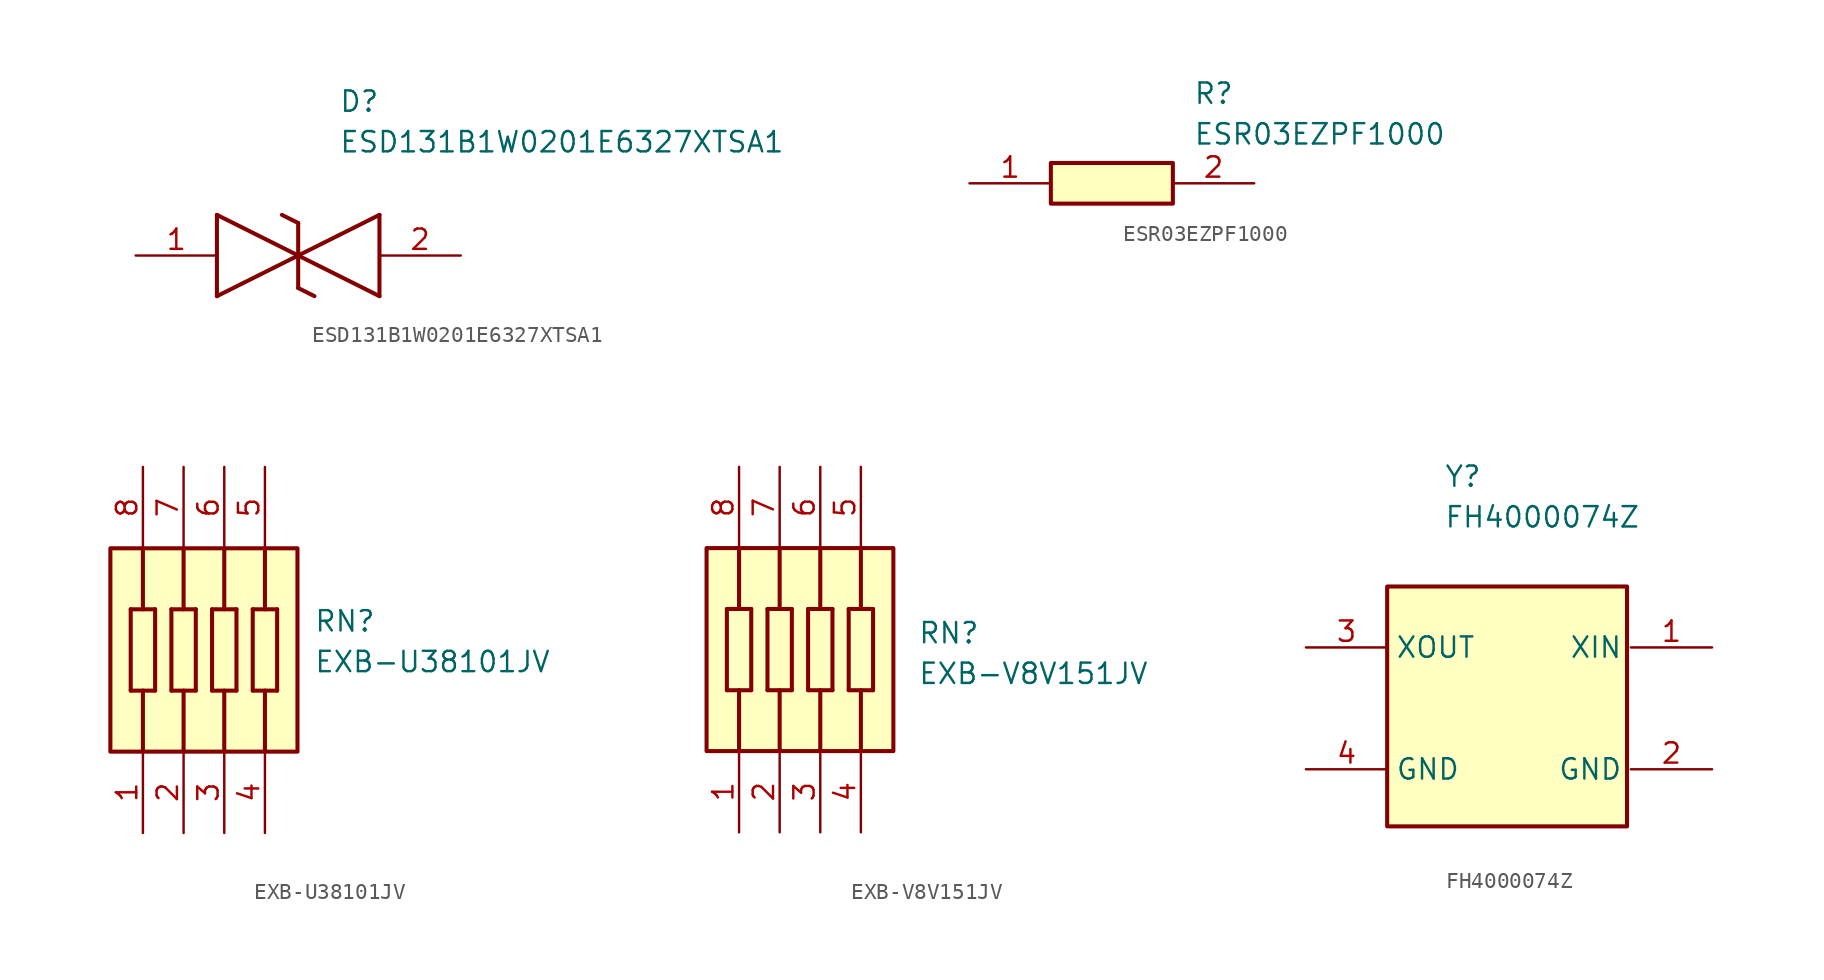
<source format=kicad_sym>
(kicad_symbol_lib
  (version 20241209)
  (generator "kicad_symbol_editor")
  (generator_version "9.0")
  (symbol "ESD131B1W0201E6327XTSA1"
    (pin_names
      (hide yes))
    (property "Reference" "D"
      (at 12.7 8.89 0)
      (effects (font (size 1.27 1.27)) (justify left bottom)))
    (property "Value" "ESD131B1W0201E6327XTSA1"
      (at 12.7 6.35 0)
      (effects (font (size 1.27 1.27)) (justify left bottom)))
    (symbol "ESD131B1W0201E6327XTSA1_1_1"
      (polyline (pts (xy 5.08 2.54) (xy 5.08 -2.54)) (stroke (width 0.254) (type default)) (fill (type none)))
      (polyline (pts (xy 5.08 2.54) (xy 10.16 0)) (stroke (width 0.254) (type default)) (fill (type none)))
      (polyline (pts (xy 9.144 2.54) (xy 10.16 2.032)) (stroke (width 0.254) (type default)) (fill (type none)))
      (polyline (pts (xy 10.16 0) (xy 5.08 -2.54)) (stroke (width 0.254) (type default)) (fill (type none)))
      (polyline (pts (xy 10.16 0) (xy 15.24 -2.54)) (stroke (width 0.254) (type default)) (fill (type none)))
      (polyline (pts (xy 10.16 -2.032) (xy 10.16 2.032)) (stroke (width 0.254) (type default)) (fill (type none)))
      (polyline (pts (xy 10.16 -2.032) (xy 11.176 -2.54)) (stroke (width 0.254) (type default)) (fill (type none)))
      (polyline (pts (xy 15.24 2.54) (xy 10.16 0)) (stroke (width 0.254) (type default)) (fill (type none)))
      (polyline (pts (xy 15.24 2.54) (xy 15.24 -2.54)) (stroke (width 0.254) (type default)) (fill (type none)))
      (pin passive line (at 0 0 0) (length 5.08) (name "1" (effects (font (size 1.27 1.27)))) (number "1" (effects (font (size 1.27 1.27)))))
      (pin passive line (at 20.32 0 180) (length 5.08) (name "2" (effects (font (size 1.27 1.27)))) (number "2" (effects (font (size 1.27 1.27)))))))
  (symbol "ESR03EZPF1000"
    (pin_names
      (hide yes))
    (property "Reference" "R"
      (at 13.97 6.35 0)
      (effects (font (size 1.27 1.27)) (justify left top)))
    (property "Value" "ESR03EZPF1000"
      (at 13.97 3.81 0)
      (effects (font (size 1.27 1.27)) (justify left top)))
    (symbol "ESR03EZPF1000_1_1"
      (rectangle (start 5.08 1.27) (end 12.7 -1.27) (stroke (width 0.254) (type default)) (fill (type background)))
      (pin passive line (at 0 0 0) (length 5.08) (name "1" (effects (font (size 1.27 1.27)))) (number "1" (effects (font (size 1.27 1.27)))))
      (pin passive line (at 17.78 0 180) (length 5.08) (name "2" (effects (font (size 1.27 1.27)))) (number "2" (effects (font (size 1.27 1.27)))))))
  (symbol "EXB-U38101JV"
    (pin_names
      (hide yes))
    (property "Reference" "RN"
      (at 25.908 -2.54 0)
      (effects (font (size 1.27 1.27)) (justify left top)))
    (property "Value" "EXB-U38101JV"
      (at 25.908 -5.08 0)
      (effects (font (size 1.27 1.27)) (justify left top)))
    (symbol "EXB-U38101JV_1_1"
      (rectangle (start 13.208 1.27) (end 24.892 -11.43) (stroke (width 0.254) (type default)) (fill (type background)))
      (polyline (pts (xy 14.478 -2.54) (xy 14.478 -7.62)) (stroke (width 0.254) (type default)) (fill (type none)))
      (polyline (pts (xy 14.478 -2.54) (xy 16.002 -2.54)) (stroke (width 0.254) (type default)) (fill (type none)))
      (polyline (pts (xy 15.24 -2.54) (xy 15.24 1.27)) (stroke (width 0.254) (type default)) (fill (type none)))
      (polyline (pts (xy 15.24 -7.62) (xy 15.24 -11.43)) (stroke (width 0.254) (type default)) (fill (type none)))
      (polyline (pts (xy 16.002 -7.62) (xy 14.478 -7.62)) (stroke (width 0.254) (type default)) (fill (type none)))
      (polyline (pts (xy 16.002 -7.62) (xy 16.002 -2.54)) (stroke (width 0.254) (type default)) (fill (type none)))
      (polyline (pts (xy 17.018 -2.54) (xy 17.018 -7.62)) (stroke (width 0.254) (type default)) (fill (type none)))
      (polyline (pts (xy 17.018 -2.54) (xy 18.542 -2.54)) (stroke (width 0.254) (type default)) (fill (type none)))
      (polyline (pts (xy 17.78 -2.54) (xy 17.78 1.27)) (stroke (width 0.254) (type default)) (fill (type none)))
      (polyline (pts (xy 17.78 -7.62) (xy 17.78 -11.43)) (stroke (width 0.254) (type default)) (fill (type none)))
      (polyline (pts (xy 18.542 -7.62) (xy 17.018 -7.62)) (stroke (width 0.254) (type default)) (fill (type none)))
      (polyline (pts (xy 18.542 -7.62) (xy 18.542 -2.54)) (stroke (width 0.254) (type default)) (fill (type none)))
      (polyline (pts (xy 19.558 -2.54) (xy 19.558 -7.62)) (stroke (width 0.254) (type default)) (fill (type none)))
      (polyline (pts (xy 19.558 -2.54) (xy 21.082 -2.54)) (stroke (width 0.254) (type default)) (fill (type none)))
      (polyline (pts (xy 20.32 -2.54) (xy 20.32 1.27)) (stroke (width 0.254) (type default)) (fill (type none)))
      (polyline (pts (xy 20.32 -7.62) (xy 20.32 -11.43)) (stroke (width 0.254) (type default)) (fill (type none)))
      (polyline (pts (xy 21.082 -7.62) (xy 19.558 -7.62)) (stroke (width 0.254) (type default)) (fill (type none)))
      (polyline (pts (xy 21.082 -7.62) (xy 21.082 -2.54)) (stroke (width 0.254) (type default)) (fill (type none)))
      (polyline (pts (xy 22.098 -2.54) (xy 22.098 -7.62)) (stroke (width 0.254) (type default)) (fill (type none)))
      (polyline (pts (xy 22.098 -2.54) (xy 23.622 -2.54)) (stroke (width 0.254) (type default)) (fill (type none)))
      (polyline (pts (xy 22.86 -2.54) (xy 22.86 1.27)) (stroke (width 0.254) (type default)) (fill (type none)))
      (polyline (pts (xy 22.86 -7.62) (xy 22.86 -11.43)) (stroke (width 0.254) (type default)) (fill (type none)))
      (polyline (pts (xy 23.622 -7.62) (xy 22.098 -7.62)) (stroke (width 0.254) (type default)) (fill (type none)))
      (polyline (pts (xy 23.622 -7.62) (xy 23.622 -2.54)) (stroke (width 0.254) (type default)) (fill (type none)))
      (pin passive line (at 15.24 6.35 270) (length 5.08) (name "8" (effects (font (size 1.27 1.27)))) (number "8" (effects (font (size 1.27 1.27)))))
      (pin passive line (at 15.24 -16.51 90) (length 5.08) (name "1" (effects (font (size 1.27 1.27)))) (number "1" (effects (font (size 1.27 1.27)))))
      (pin passive line (at 17.78 6.35 270) (length 5.08) (name "7" (effects (font (size 1.27 1.27)))) (number "7" (effects (font (size 1.27 1.27)))))
      (pin passive line (at 17.78 -16.51 90) (length 5.08) (name "2" (effects (font (size 1.27 1.27)))) (number "2" (effects (font (size 1.27 1.27)))))
      (pin passive line (at 20.32 6.35 270) (length 5.08) (name "6" (effects (font (size 1.27 1.27)))) (number "6" (effects (font (size 1.27 1.27)))))
      (pin passive line (at 20.32 -16.51 90) (length 5.08) (name "3" (effects (font (size 1.27 1.27)))) (number "3" (effects (font (size 1.27 1.27)))))
      (pin passive line (at 22.86 6.35 270) (length 5.08) (name "5" (effects (font (size 1.27 1.27)))) (number "5" (effects (font (size 1.27 1.27)))))
      (pin passive line (at 22.86 -16.51 90) (length 5.08) (name "4" (effects (font (size 1.27 1.27)))) (number "4" (effects (font (size 1.27 1.27)))))))
  (symbol "EXB-V8V151JV"
    (pin_names
      (hide yes))
    (property "Reference" "RN"
      (at 18.796 -2.032 0)
      (effects (font (size 1.27 1.27)) (justify left top)))
    (property "Value" "EXB-V8V151JV"
      (at 18.796 -4.572 0)
      (effects (font (size 1.27 1.27)) (justify left top)))
    (symbol "EXB-V8V151JV_1_1"
      (rectangle (start 5.588 2.54) (end 17.272 -10.16) (stroke (width 0.254) (type default)) (fill (type background)))
      (polyline (pts (xy 6.858 -1.27) (xy 6.858 -6.35)) (stroke (width 0.254) (type default)) (fill (type none)))
      (polyline (pts (xy 6.858 -1.27) (xy 8.382 -1.27)) (stroke (width 0.254) (type default)) (fill (type none)))
      (polyline (pts (xy 7.62 -1.27) (xy 7.62 2.54)) (stroke (width 0.254) (type default)) (fill (type none)))
      (polyline (pts (xy 7.62 -6.35) (xy 7.62 -10.16)) (stroke (width 0.254) (type default)) (fill (type none)))
      (polyline (pts (xy 8.382 -6.35) (xy 6.858 -6.35)) (stroke (width 0.254) (type default)) (fill (type none)))
      (polyline (pts (xy 8.382 -6.35) (xy 8.382 -1.27)) (stroke (width 0.254) (type default)) (fill (type none)))
      (polyline (pts (xy 9.398 -1.27) (xy 9.398 -6.35)) (stroke (width 0.254) (type default)) (fill (type none)))
      (polyline (pts (xy 9.398 -1.27) (xy 10.922 -1.27)) (stroke (width 0.254) (type default)) (fill (type none)))
      (polyline (pts (xy 10.16 -1.27) (xy 10.16 2.54)) (stroke (width 0.254) (type default)) (fill (type none)))
      (polyline (pts (xy 10.16 -6.35) (xy 10.16 -10.16)) (stroke (width 0.254) (type default)) (fill (type none)))
      (polyline (pts (xy 10.922 -6.35) (xy 9.398 -6.35)) (stroke (width 0.254) (type default)) (fill (type none)))
      (polyline (pts (xy 10.922 -6.35) (xy 10.922 -1.27)) (stroke (width 0.254) (type default)) (fill (type none)))
      (polyline (pts (xy 11.938 -1.27) (xy 11.938 -6.35)) (stroke (width 0.254) (type default)) (fill (type none)))
      (polyline (pts (xy 11.938 -1.27) (xy 13.462 -1.27)) (stroke (width 0.254) (type default)) (fill (type none)))
      (polyline (pts (xy 12.7 -1.27) (xy 12.7 2.54)) (stroke (width 0.254) (type default)) (fill (type none)))
      (polyline (pts (xy 12.7 -6.35) (xy 12.7 -10.16)) (stroke (width 0.254) (type default)) (fill (type none)))
      (polyline (pts (xy 13.462 -6.35) (xy 11.938 -6.35)) (stroke (width 0.254) (type default)) (fill (type none)))
      (polyline (pts (xy 13.462 -6.35) (xy 13.462 -1.27)) (stroke (width 0.254) (type default)) (fill (type none)))
      (polyline (pts (xy 14.478 -1.27) (xy 14.478 -6.35)) (stroke (width 0.254) (type default)) (fill (type none)))
      (polyline (pts (xy 14.478 -1.27) (xy 16.002 -1.27)) (stroke (width 0.254) (type default)) (fill (type none)))
      (polyline (pts (xy 15.24 -1.27) (xy 15.24 2.54)) (stroke (width 0.254) (type default)) (fill (type none)))
      (polyline (pts (xy 15.24 -6.35) (xy 15.24 -10.16)) (stroke (width 0.254) (type default)) (fill (type none)))
      (polyline (pts (xy 16.002 -6.35) (xy 14.478 -6.35)) (stroke (width 0.254) (type default)) (fill (type none)))
      (polyline (pts (xy 16.002 -6.35) (xy 16.002 -1.27)) (stroke (width 0.254) (type default)) (fill (type none)))
      (pin passive line (at 7.62 7.62 270) (length 5.08) (name "8" (effects (font (size 1.27 1.27)))) (number "8" (effects (font (size 1.27 1.27)))))
      (pin passive line (at 7.62 -15.24 90) (length 5.08) (name "1" (effects (font (size 1.27 1.27)))) (number "1" (effects (font (size 1.27 1.27)))))
      (pin passive line (at 10.16 7.62 270) (length 5.08) (name "7" (effects (font (size 1.27 1.27)))) (number "7" (effects (font (size 1.27 1.27)))))
      (pin passive line (at 10.16 -15.24 90) (length 5.08) (name "2" (effects (font (size 1.27 1.27)))) (number "2" (effects (font (size 1.27 1.27)))))
      (pin passive line (at 12.7 7.62 270) (length 5.08) (name "6" (effects (font (size 1.27 1.27)))) (number "6" (effects (font (size 1.27 1.27)))))
      (pin passive line (at 12.7 -15.24 90) (length 5.08) (name "3" (effects (font (size 1.27 1.27)))) (number "3" (effects (font (size 1.27 1.27)))))
      (pin passive line (at 15.24 7.62 270) (length 5.08) (name "5" (effects (font (size 1.27 1.27)))) (number "5" (effects (font (size 1.27 1.27)))))
      (pin passive line (at 15.24 -15.24 90) (length 5.08) (name "4" (effects (font (size 1.27 1.27)))) (number "4" (effects (font (size 1.27 1.27)))))))
  (symbol "FH4000074Z"
    (property "Reference" "Y"
      (at 3.556 7.62 0)
      (effects (font (size 1.27 1.27)) (justify left top)))
    (property "Value" "FH4000074Z"
      (at 3.556 5.08 0)
      (effects (font (size 1.27 1.27)) (justify left top)))
    (symbol "FH4000074Z_1_1"
      (rectangle (start 0 0) (end 15 -15) (stroke (width 0.254) (type default)) (fill (type background)))
      (pin passive line (at -5.08 -3.81 0) (length 5.08) (name "XOUT" (effects (font (size 1.27 1.27)))) (number "3" (effects (font (size 1.27 1.27)))))
      (pin passive line (at -5.08 -11.43 0) (length 5.08) (name "GND" (effects (font (size 1.27 1.27)))) (number "4" (effects (font (size 1.27 1.27)))))
      (pin passive line (at 20.32 -3.81 180) (length 5.08) (name "XIN" (effects (font (size 1.27 1.27)))) (number "1" (effects (font (size 1.27 1.27)))))
      (pin passive line (at 20.32 -11.43 180) (length 5.08) (name "GND" (effects (font (size 1.27 1.27)))) (number "2" (effects (font (size 1.27 1.27))))))))
</source>
